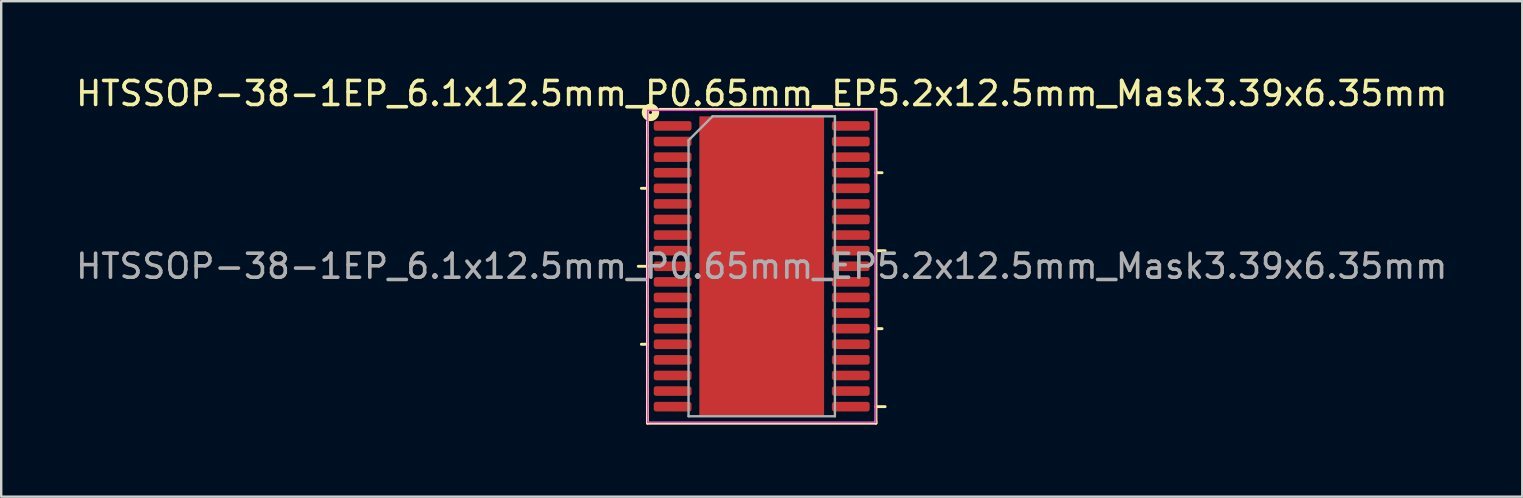
<source format=kicad_pcb>
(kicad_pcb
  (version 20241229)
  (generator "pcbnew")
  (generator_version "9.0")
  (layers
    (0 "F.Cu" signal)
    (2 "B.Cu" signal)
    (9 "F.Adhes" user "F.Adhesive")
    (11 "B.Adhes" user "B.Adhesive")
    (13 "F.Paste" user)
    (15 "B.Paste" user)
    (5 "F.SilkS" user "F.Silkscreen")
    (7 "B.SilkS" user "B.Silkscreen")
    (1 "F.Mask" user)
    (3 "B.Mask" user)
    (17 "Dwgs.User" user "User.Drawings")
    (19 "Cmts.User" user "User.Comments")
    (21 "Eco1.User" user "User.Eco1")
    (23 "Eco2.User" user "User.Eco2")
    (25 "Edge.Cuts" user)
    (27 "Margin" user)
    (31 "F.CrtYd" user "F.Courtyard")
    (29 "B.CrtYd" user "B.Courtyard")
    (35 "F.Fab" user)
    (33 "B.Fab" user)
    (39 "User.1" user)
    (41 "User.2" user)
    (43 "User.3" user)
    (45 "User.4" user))
  (footprint "HTSSOP-38-1EP_6.1x12.5mm_P0.65mm_EP5.2x12.5mm_Mask3.39x6.35mm"
    (layer "F.Cu")
    (at 28.696 8.048)
    (property "Reference" "HTSSOP-38-1EP_6.1x12.5mm_P0.65mm_EP5.2x12.5mm_Mask3.39x6.35mm" (at 0 -7.2 0) (layer "F.SilkS") (effects (font (size 1 1) (thickness 0.15))))
    (attr smd)
    (fp_line (start -4.763 -3.25) (end -5.016 -3.25) (stroke (width 0.12) (type solid)) (layer "F.SilkS"))
    (fp_line (start -4.763 0) (end -5.144 0) (stroke (width 0.12) (type solid)) (layer "F.SilkS"))
    (fp_line (start -4.763 3.25) (end -5.016 3.25) (stroke (width 0.12) (type solid)) (layer "F.SilkS"))
    (fp_line (start -4.763 6.54) (end -4.763 -6.032) (stroke (width 0.12) (type solid)) (layer "F.SilkS"))
    (fp_line (start -4.255 -6.54) (end 4.763 -6.54) (stroke (width 0.12) (type solid)) (layer "F.SilkS"))
    (fp_line (start 4.763 -6.54) (end 4.763 6.477) (stroke (width 0.12) (type solid)) (layer "F.SilkS"))
    (fp_line (start 4.763 -3.9) (end 5.016 -3.9) (stroke (width 0.12) (type solid)) (layer "F.SilkS"))
    (fp_line (start 4.763 -0.65) (end 5.144 -0.65) (stroke (width 0.12) (type solid)) (layer "F.SilkS"))
    (fp_line (start 4.763 2.6) (end 5.016 2.6) (stroke (width 0.12) (type solid)) (layer "F.SilkS"))
    (fp_line (start 4.763 5.85) (end 5.144 5.85) (stroke (width 0.12) (type solid)) (layer "F.SilkS"))
    (fp_line (start 4.763 6.477) (end 4.763 6.54) (stroke (width 0.12) (type solid)) (layer "F.SilkS"))
    (fp_line (start 4.763 6.54) (end -4.763 6.54) (stroke (width 0.12) (type solid)) (layer "F.SilkS"))
    (fp_circle (center -4.636 -6.413) (end -4.572 -6.413) (stroke (width 0.3) (type solid)) (fill no) (layer "F.SilkS"))
    (fp_line (start -4.75 -6.5) (end -4.75 6.5) (stroke (width 0.05) (type solid)) (layer "F.CrtYd"))
    (fp_line (start -4.75 6.5) (end 4.75 6.5) (stroke (width 0.05) (type solid)) (layer "F.CrtYd"))
    (fp_line (start 4.75 -6.5) (end -4.75 -6.5) (stroke (width 0.05) (type solid)) (layer "F.CrtYd"))
    (fp_line (start 4.75 6.5) (end 4.75 -6.5) (stroke (width 0.05) (type solid)) (layer "F.CrtYd"))
    (fp_line (start -3.05 -5.25) (end -2.05 -6.25) (stroke (width 0.1) (type solid)) (layer "F.Fab"))
    (fp_line (start -3.05 6.25) (end -3.05 -5.25) (stroke (width 0.1) (type solid)) (layer "F.Fab"))
    (fp_line (start -2.05 -6.25) (end 3.05 -6.25) (stroke (width 0.1) (type solid)) (layer "F.Fab"))
    (fp_line (start 3.05 -6.25) (end 3.05 6.25) (stroke (width 0.1) (type solid)) (layer "F.Fab"))
    (fp_line (start 3.05 6.25) (end -3.05 6.25) (stroke (width 0.1) (type solid)) (layer "F.Fab"))
    (fp_text user "${REFERENCE}" (at 0 0 0) (layer "F.Fab") (effects (font (size 1 1) (thickness 0.15))))
    (pad "" smd roundrect (at -0.85 -2.12) (size 1.37 1.71) (layers "F.Paste") (roundrect_rratio 0.182))
    (pad "" smd roundrect (at -0.85 0) (size 1.37 1.71) (layers "F.Paste") (roundrect_rratio 0.182))
    (pad "" smd roundrect (at -0.85 2.12) (size 1.37 1.71) (layers "F.Paste") (roundrect_rratio 0.182))
    (pad "" smd rect (at 0 0) (size 3.39 6.35) (layers "F.Mask"))
    (pad "" smd roundrect (at 0.85 -2.12) (size 1.37 1.71) (layers "F.Paste") (roundrect_rratio 0.182))
    (pad "" smd roundrect (at 0.85 0) (size 1.37 1.71) (layers "F.Paste") (roundrect_rratio 0.182))
    (pad "" smd roundrect (at 0.85 2.12) (size 1.37 1.71) (layers "F.Paste") (roundrect_rratio 0.182))
    (pad "1" smd roundrect (at -3.712 -5.85) (size 1.575 0.4) (layers "F.Cu" "F.Mask" "F.Paste") (roundrect_rratio 0.25))
    (pad "2" smd roundrect (at -3.712 -5.2) (size 1.575 0.4) (layers "F.Cu" "F.Mask" "F.Paste") (roundrect_rratio 0.25))
    (pad "3" smd roundrect (at -3.712 -4.55) (size 1.575 0.4) (layers "F.Cu" "F.Mask" "F.Paste") (roundrect_rratio 0.25))
    (pad "4" smd roundrect (at -3.712 -3.9) (size 1.575 0.4) (layers "F.Cu" "F.Mask" "F.Paste") (roundrect_rratio 0.25))
    (pad "5" smd roundrect (at -3.712 -3.25) (size 1.575 0.4) (layers "F.Cu" "F.Mask" "F.Paste") (roundrect_rratio 0.25))
    (pad "6" smd roundrect (at -3.712 -2.6) (size 1.575 0.4) (layers "F.Cu" "F.Mask" "F.Paste") (roundrect_rratio 0.25))
    (pad "7" smd roundrect (at -3.712 -1.95) (size 1.575 0.4) (layers "F.Cu" "F.Mask" "F.Paste") (roundrect_rratio 0.25))
    (pad "8" smd roundrect (at -3.712 -1.3) (size 1.575 0.4) (layers "F.Cu" "F.Mask" "F.Paste") (roundrect_rratio 0.25))
    (pad "9" smd roundrect (at -3.712 -0.65) (size 1.575 0.4) (layers "F.Cu" "F.Mask" "F.Paste") (roundrect_rratio 0.25))
    (pad "10" smd roundrect (at -3.712 0) (size 1.575 0.4) (layers "F.Cu" "F.Mask" "F.Paste") (roundrect_rratio 0.25))
    (pad "11" smd roundrect (at -3.712 0.65) (size 1.575 0.4) (layers "F.Cu" "F.Mask" "F.Paste") (roundrect_rratio 0.25))
    (pad "12" smd roundrect (at -3.712 1.3) (size 1.575 0.4) (layers "F.Cu" "F.Mask" "F.Paste") (roundrect_rratio 0.25))
    (pad "13" smd roundrect (at -3.712 1.95) (size 1.575 0.4) (layers "F.Cu" "F.Mask" "F.Paste") (roundrect_rratio 0.25))
    (pad "14" smd roundrect (at -3.712 2.6) (size 1.575 0.4) (layers "F.Cu" "F.Mask" "F.Paste") (roundrect_rratio 0.25))
    (pad "15" smd roundrect (at -3.712 3.25) (size 1.575 0.4) (layers "F.Cu" "F.Mask" "F.Paste") (roundrect_rratio 0.25))
    (pad "16" smd roundrect (at -3.712 3.9) (size 1.575 0.4) (layers "F.Cu" "F.Mask" "F.Paste") (roundrect_rratio 0.25))
    (pad "17" smd roundrect (at -3.712 4.55) (size 1.575 0.4) (layers "F.Cu" "F.Mask" "F.Paste") (roundrect_rratio 0.25))
    (pad "18" smd roundrect (at -3.712 5.2) (size 1.575 0.4) (layers "F.Cu" "F.Mask" "F.Paste") (roundrect_rratio 0.25))
    (pad "19" smd roundrect (at -3.712 5.85) (size 1.575 0.4) (layers "F.Cu" "F.Mask" "F.Paste") (roundrect_rratio 0.25))
    (pad "20" smd roundrect (at 3.712 5.85) (size 1.575 0.4) (layers "F.Cu" "F.Mask" "F.Paste") (roundrect_rratio 0.25))
    (pad "21" smd roundrect (at 3.712 5.2) (size 1.575 0.4) (layers "F.Cu" "F.Mask" "F.Paste") (roundrect_rratio 0.25))
    (pad "22" smd roundrect (at 3.712 4.55) (size 1.575 0.4) (layers "F.Cu" "F.Mask" "F.Paste") (roundrect_rratio 0.25))
    (pad "23" smd roundrect (at 3.712 3.9) (size 1.575 0.4) (layers "F.Cu" "F.Mask" "F.Paste") (roundrect_rratio 0.25))
    (pad "24" smd roundrect (at 3.712 3.25) (size 1.575 0.4) (layers "F.Cu" "F.Mask" "F.Paste") (roundrect_rratio 0.25))
    (pad "25" smd roundrect (at 3.712 2.6) (size 1.575 0.4) (layers "F.Cu" "F.Mask" "F.Paste") (roundrect_rratio 0.25))
    (pad "26" smd roundrect (at 3.712 1.95) (size 1.575 0.4) (layers "F.Cu" "F.Mask" "F.Paste") (roundrect_rratio 0.25))
    (pad "27" smd roundrect (at 3.712 1.3) (size 1.575 0.4) (layers "F.Cu" "F.Mask" "F.Paste") (roundrect_rratio 0.25))
    (pad "28" smd roundrect (at 3.712 0.65) (size 1.575 0.4) (layers "F.Cu" "F.Mask" "F.Paste") (roundrect_rratio 0.25))
    (pad "29" smd roundrect (at 3.712 0) (size 1.575 0.4) (layers "F.Cu" "F.Mask" "F.Paste") (roundrect_rratio 0.25))
    (pad "30" smd roundrect (at 3.712 -0.65) (size 1.575 0.4) (layers "F.Cu" "F.Mask" "F.Paste") (roundrect_rratio 0.25))
    (pad "31" smd roundrect (at 3.712 -1.3) (size 1.575 0.4) (layers "F.Cu" "F.Mask" "F.Paste") (roundrect_rratio 0.25))
    (pad "32" smd roundrect (at 3.712 -1.95) (size 1.575 0.4) (layers "F.Cu" "F.Mask" "F.Paste") (roundrect_rratio 0.25))
    (pad "33" smd roundrect (at 3.712 -2.6) (size 1.575 0.4) (layers "F.Cu" "F.Mask" "F.Paste") (roundrect_rratio 0.25))
    (pad "34" smd roundrect (at 3.712 -3.25) (size 1.575 0.4) (layers "F.Cu" "F.Mask" "F.Paste") (roundrect_rratio 0.25))
    (pad "35" smd roundrect (at 3.712 -3.9) (size 1.575 0.4) (layers "F.Cu" "F.Mask" "F.Paste") (roundrect_rratio 0.25))
    (pad "36" smd roundrect (at 3.712 -4.55) (size 1.575 0.4) (layers "F.Cu" "F.Mask" "F.Paste") (roundrect_rratio 0.25))
    (pad "37" smd roundrect (at 3.712 -5.2) (size 1.575 0.4) (layers "F.Cu" "F.Mask" "F.Paste") (roundrect_rratio 0.25))
    (pad "38" smd roundrect (at 3.712 -5.85) (size 1.575 0.4) (layers "F.Cu" "F.Mask" "F.Paste") (roundrect_rratio 0.25))
    (pad "39" smd rect (at 0 0) (size 5.2 12.5) (layers "F.Cu")))
  (gr_rect
    (start -3 -3)
    (end 60.393 17.649)
    (stroke (width 0.1) (type default))
    (fill no)
    (layer "Edge.Cuts")))
</source>
